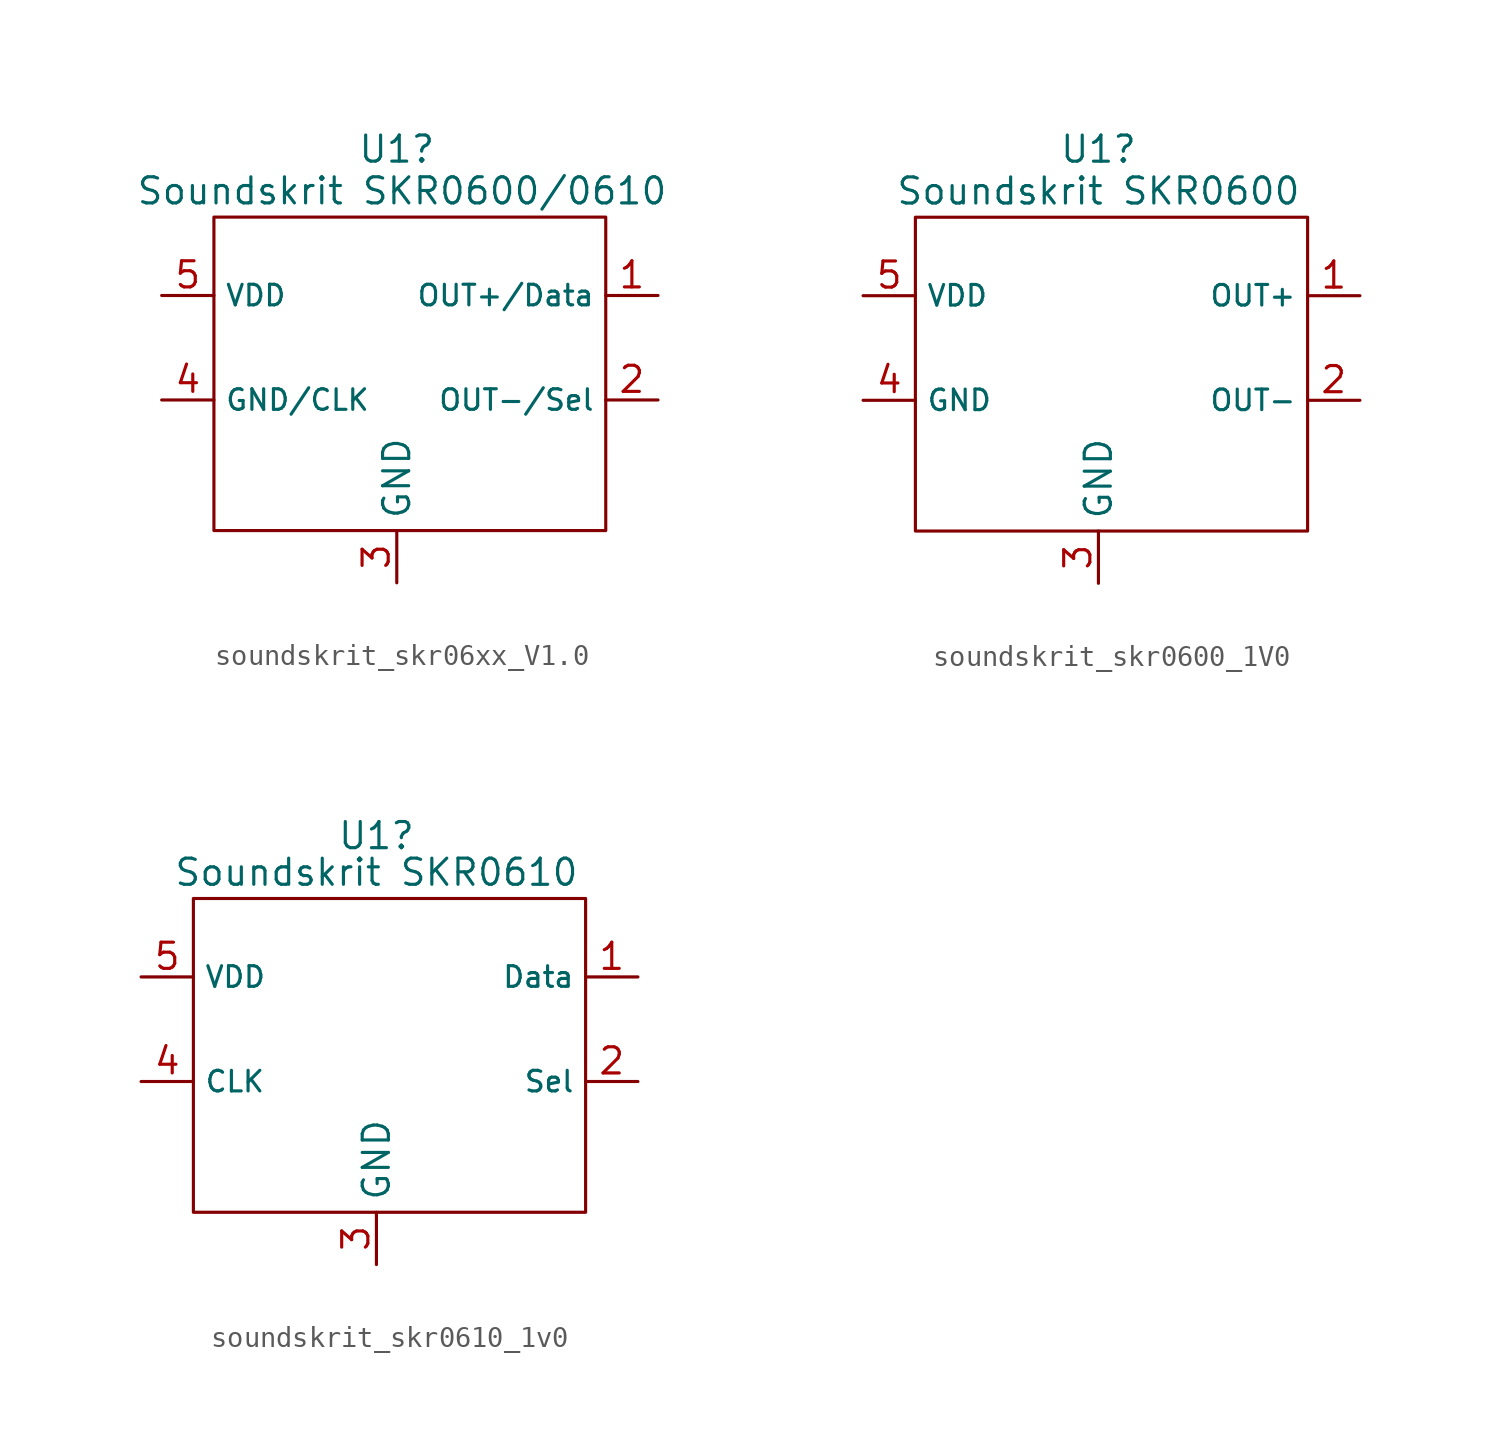
<source format=kicad_sym>
(kicad_symbol_lib
  (version 20231120)
  (generator "kicad_symbol_editor")
  (generator_version "8.0")
  (symbol "soundskrit_skr06xx_V1.0"
    (property "Reference" "U1"
      (at 0 0.762 0)
      (effects (font (size 1.27 1.27))))
    (property "Value" "Soundskrit SKR0600/0610"
      (at 0.254 -1.27 0)
      (effects (font (size 1.27 1.27))))
    (symbol "soundskrit_skr06xx_V1.0_0_1"
      (polyline (pts (xy -8.89 -2.54) (xy 10.16 -2.54) (xy 10.16 -17.78) (xy -5.08 -17.78) (xy -8.89 -17.78) (xy -8.89 -10.16) (xy -8.89 -2.54)) (stroke (width 0) (type default)) (fill (type none))))
    (symbol "soundskrit_skr06xx_V1.0_1_1"
      (pin output line (at 12.7 -6.35 180) (length 2.54) (name "OUT+/Data" (effects (font (size 1 1)))) (number "1" (effects (font (size 1.27 1.27)))))
      (pin bidirectional line (at 12.7 -11.43 180) (length 2.54) (name "OUT-/Sel" (effects (font (size 1 1)))) (number "2" (effects (font (size 1.27 1.27)))))
      (pin power_in line (at 0 -20.32 90) (length 2.54) (name "GND" (effects (font (size 1.27 1.27)))) (number "3" (effects (font (size 1.27 1.27)))))
      (pin bidirectional line (at -11.43 -11.43 0) (length 2.54) (name "GND/CLK" (effects (font (size 1 1)))) (number "4" (effects (font (size 1.27 1.27)))))
      (pin power_in line (at -11.43 -6.35 0) (length 2.54) (name "VDD" (effects (font (size 1 1)))) (number "5" (effects (font (size 1.27 1.27)))))))
  (symbol "soundskrit_skr0600_1V0"
    (property "Reference" "U1"
      (at 0 0.762 0)
      (effects (font (size 1.27 1.27))))
    (property "Value" "Soundskrit SKR0600"
      (at 0 -1.27 0)
      (effects (font (size 1.27 1.27))))
    (symbol "soundskrit_skr0600_1V0_0_1"
      (polyline (pts (xy -8.89 -2.54) (xy 10.16 -2.54) (xy 10.16 -17.78) (xy -5.08 -17.78) (xy -8.89 -17.78) (xy -8.89 -10.16) (xy -8.89 -2.54)) (stroke (width 0) (type default)) (fill (type none))))
    (symbol "soundskrit_skr0600_1V0_1_1"
      (pin output line (at 12.7 -6.35 180) (length 2.54) (name "OUT+" (effects (font (size 1 1)))) (number "1" (effects (font (size 1.27 1.27)))))
      (pin bidirectional line (at 12.7 -11.43 180) (length 2.54) (name "OUT-" (effects (font (size 1 1)))) (number "2" (effects (font (size 1.27 1.27)))))
      (pin power_in line (at 0 -20.32 90) (length 2.54) (name "GND" (effects (font (size 1.27 1.27)))) (number "3" (effects (font (size 1.27 1.27)))))
      (pin bidirectional line (at -11.43 -11.43 0) (length 2.54) (name "GND" (effects (font (size 1 1)))) (number "4" (effects (font (size 1.27 1.27)))))
      (pin power_in line (at -11.43 -6.35 0) (length 2.54) (name "VDD" (effects (font (size 1 1)))) (number "5" (effects (font (size 1.27 1.27)))))))
  (symbol "soundskrit_skr0610_1v0"
    (property "Reference" "U1"
      (at 0 1.778 0)
      (effects (font (size 1.27 1.27))))
    (property "Value" "Soundskrit SKR0610"
      (at 0 0 0)
      (effects (font (size 1.27 1.27))))
    (symbol "soundskrit_skr0610_1v0_0_1"
      (polyline (pts (xy -8.89 -1.27) (xy 10.16 -1.27) (xy 10.16 -16.51) (xy -5.08 -16.51) (xy -8.89 -16.51) (xy -8.89 -8.89) (xy -8.89 -1.27)) (stroke (width 0) (type default)) (fill (type none))))
    (symbol "soundskrit_skr0610_1v0_1_1"
      (pin output line (at 12.7 -5.08 180) (length 2.54) (name "Data" (effects (font (size 1 1)))) (number "1" (effects (font (size 1.27 1.27)))))
      (pin bidirectional line (at 12.7 -10.16 180) (length 2.54) (name "Sel" (effects (font (size 1 1)))) (number "2" (effects (font (size 1.27 1.27)))))
      (pin power_in line (at 0 -19.05 90) (length 2.54) (name "GND" (effects (font (size 1.27 1.27)))) (number "3" (effects (font (size 1.27 1.27)))))
      (pin bidirectional line (at -11.43 -10.16 0) (length 2.54) (name "CLK" (effects (font (size 1 1)))) (number "4" (effects (font (size 1.27 1.27)))))
      (pin power_in line (at -11.43 -5.08 0) (length 2.54) (name "VDD" (effects (font (size 1 1)))) (number "5" (effects (font (size 1.27 1.27))))))))
</source>
